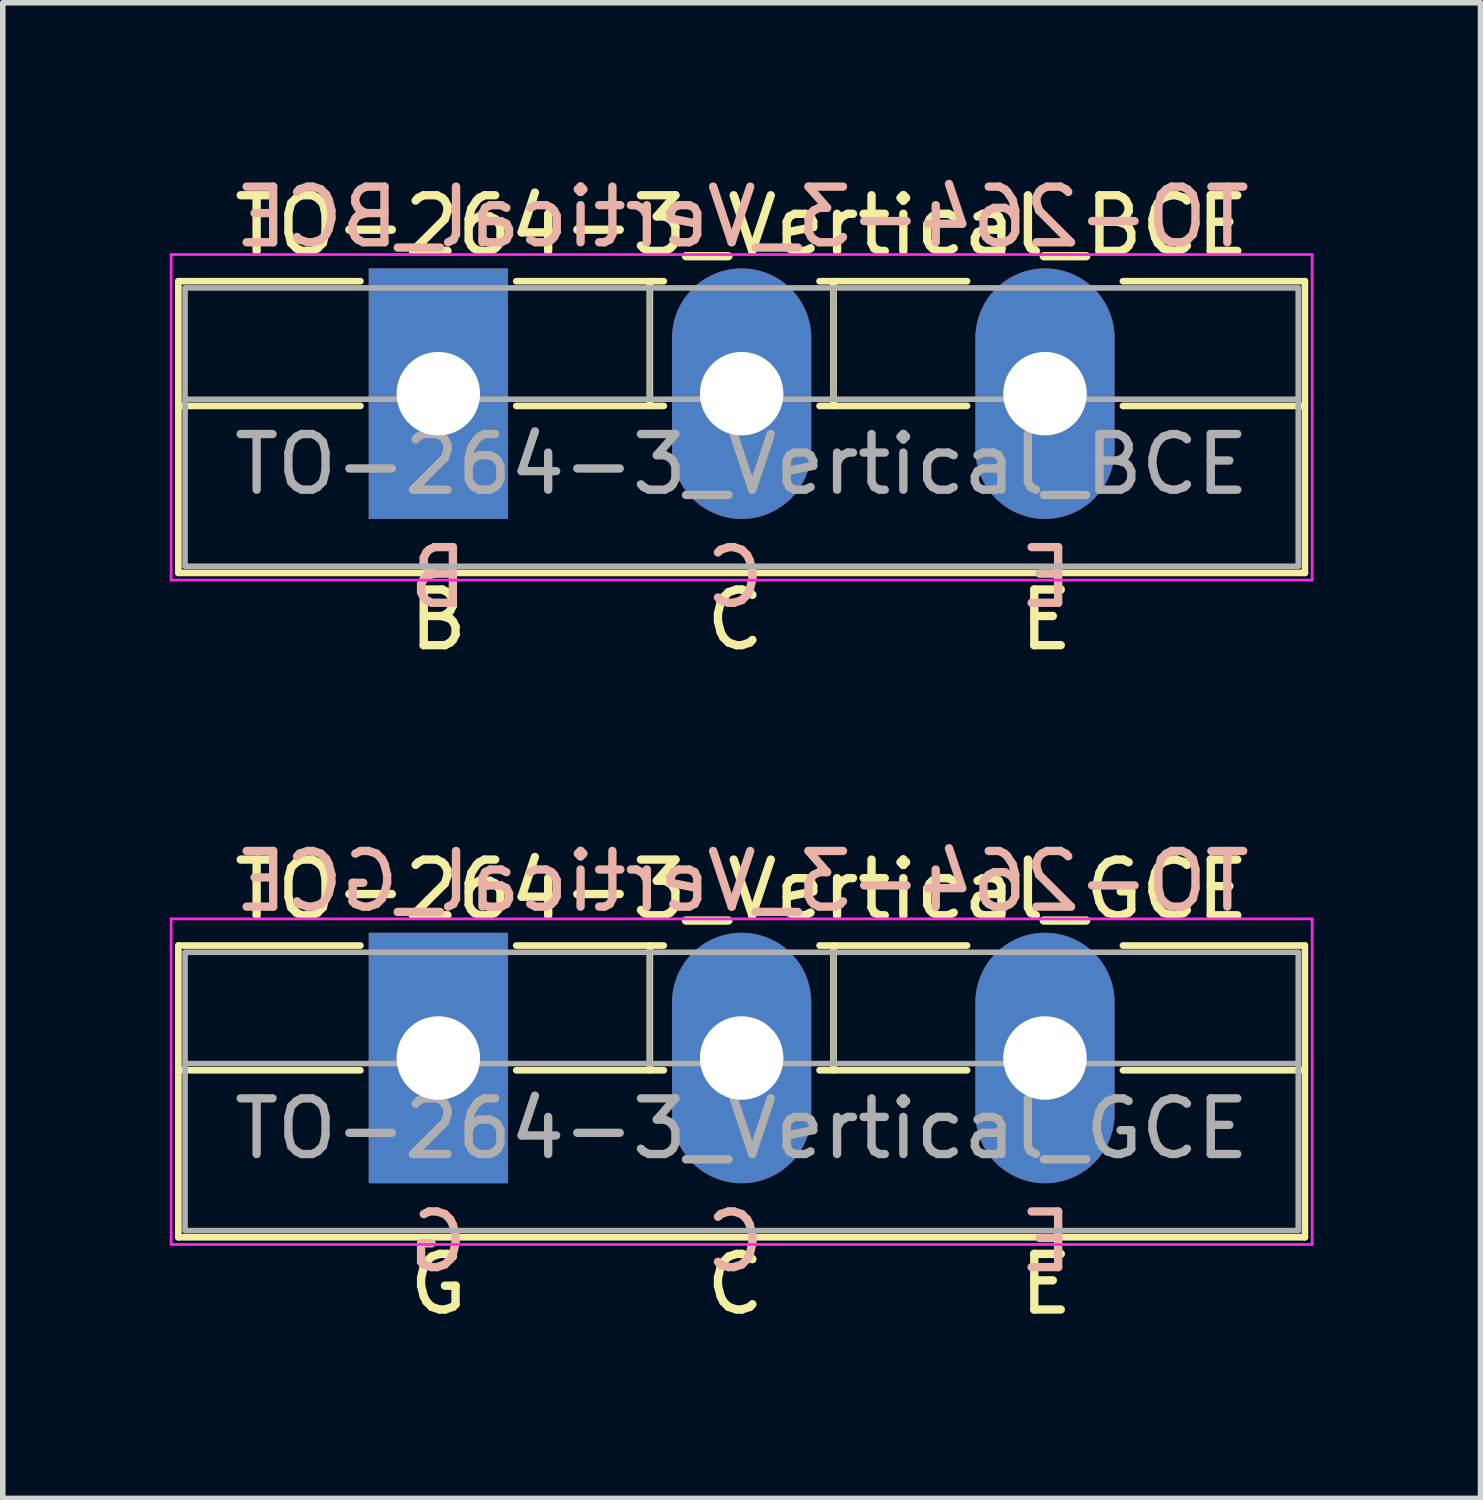
<source format=kicad_pcb>
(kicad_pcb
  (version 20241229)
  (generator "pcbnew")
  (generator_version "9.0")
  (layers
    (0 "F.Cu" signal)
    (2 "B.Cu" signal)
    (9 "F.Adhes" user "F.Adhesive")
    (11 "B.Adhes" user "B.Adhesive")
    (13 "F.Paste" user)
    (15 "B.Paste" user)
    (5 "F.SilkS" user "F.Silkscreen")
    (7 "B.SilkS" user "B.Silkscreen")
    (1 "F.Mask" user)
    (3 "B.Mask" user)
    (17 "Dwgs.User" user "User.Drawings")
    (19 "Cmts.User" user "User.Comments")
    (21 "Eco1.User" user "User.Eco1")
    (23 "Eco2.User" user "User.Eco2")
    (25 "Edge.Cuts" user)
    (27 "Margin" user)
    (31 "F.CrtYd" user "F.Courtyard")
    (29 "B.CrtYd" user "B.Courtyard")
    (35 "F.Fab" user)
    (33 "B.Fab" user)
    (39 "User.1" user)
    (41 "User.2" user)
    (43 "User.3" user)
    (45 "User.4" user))
  (footprint "TO-264-3_Vertical_BCE"
    (layer "F.Cu")
    (at 4.825 4.023)
    (property "Reference" "TO-264-3_Vertical_BCE" (at 5.45 -3.02 0) (layer "F.SilkS") (effects (font (size 1 1) (thickness 0.15))))
    (fp_line (start -4.67 -2.021) (end -4.67 3.22) (stroke (width 0.12) (type solid)) (layer "F.SilkS"))
    (fp_line (start -4.67 -2.021) (end -1.4 -2.021) (stroke (width 0.12) (type solid)) (layer "F.SilkS"))
    (fp_line (start -4.67 0.22) (end -1.4 0.22) (stroke (width 0.12) (type solid)) (layer "F.SilkS"))
    (fp_line (start -4.67 3.22) (end 15.57 3.22) (stroke (width 0.12) (type solid)) (layer "F.SilkS"))
    (fp_line (start 1.4 -2.021) (end 4.051 -2.021) (stroke (width 0.12) (type solid)) (layer "F.SilkS"))
    (fp_line (start 1.4 0.22) (end 4.051 0.22) (stroke (width 0.12) (type solid)) (layer "F.SilkS"))
    (fp_line (start 3.8 -2.021) (end 3.8 0.22) (stroke (width 0.12) (type solid)) (layer "F.SilkS"))
    (fp_line (start 6.85 -2.021) (end 9.5 -2.021) (stroke (width 0.12) (type solid)) (layer "F.SilkS"))
    (fp_line (start 6.85 0.22) (end 9.5 0.22) (stroke (width 0.12) (type solid)) (layer "F.SilkS"))
    (fp_line (start 7.1 -2.021) (end 7.1 0.22) (stroke (width 0.12) (type solid)) (layer "F.SilkS"))
    (fp_line (start 12.3 -2.021) (end 15.57 -2.021) (stroke (width 0.12) (type solid)) (layer "F.SilkS"))
    (fp_line (start 12.3 0.22) (end 15.57 0.22) (stroke (width 0.12) (type solid)) (layer "F.SilkS"))
    (fp_line (start 15.57 -2.021) (end 15.57 3.22) (stroke (width 0.12) (type solid)) (layer "F.SilkS"))
    (fp_line (start -4.8 -2.5) (end -4.8 3.35) (stroke (width 0.05) (type solid)) (layer "F.CrtYd"))
    (fp_line (start -4.8 3.35) (end 15.7 3.35) (stroke (width 0.05) (type solid)) (layer "F.CrtYd"))
    (fp_line (start 15.7 -2.5) (end -4.8 -2.5) (stroke (width 0.05) (type solid)) (layer "F.CrtYd"))
    (fp_line (start 15.7 3.35) (end 15.7 -2.5) (stroke (width 0.05) (type solid)) (layer "F.CrtYd"))
    (fp_line (start -4.55 -1.9) (end -4.55 3.1) (stroke (width 0.1) (type solid)) (layer "F.Fab"))
    (fp_line (start -4.55 0.1) (end 15.45 0.1) (stroke (width 0.1) (type solid)) (layer "F.Fab"))
    (fp_line (start -4.55 3.1) (end 15.45 3.1) (stroke (width 0.1) (type solid)) (layer "F.Fab"))
    (fp_line (start 3.8 -1.9) (end 3.8 0.1) (stroke (width 0.1) (type solid)) (layer "F.Fab"))
    (fp_line (start 7.1 -1.9) (end 7.1 0.1) (stroke (width 0.1) (type solid)) (layer "F.Fab"))
    (fp_line (start 15.45 -1.9) (end -4.55 -1.9) (stroke (width 0.1) (type solid)) (layer "F.Fab"))
    (fp_line (start 15.45 3.1) (end 15.45 -1.9) (stroke (width 0.1) (type solid)) (layer "F.Fab"))
    (fp_text user "B" (at 0 4.064 0) (unlocked yes) (layer "F.SilkS") (effects (font (size 1 1) (thickness 0.15))))
    (fp_text user "E" (at 10.922 4.064 0) (unlocked yes) (layer "F.SilkS") (effects (font (size 1 1) (thickness 0.15))))
    (fp_text user "C" (at 5.334 4.064 0) (unlocked yes) (layer "F.SilkS") (effects (font (size 1 1) (thickness 0.15))))
    (fp_text user "B" (at 0 3.302 0) (unlocked yes) (layer "B.SilkS") (effects (font (size 1 1) (thickness 0.15)) (justify mirror)))
    (fp_text user "C" (at 5.334 3.302 0) (unlocked yes) (layer "B.SilkS") (effects (font (size 1 1) (thickness 0.15)) (justify mirror)))
    (fp_text user "${REFERENCE}" (at 5.461 -3.175 0) (layer "B.SilkS") (effects (font (size 1 1) (thickness 0.15)) (justify mirror)))
    (fp_text user "E" (at 10.922 3.302 0) (unlocked yes) (layer "B.SilkS") (effects (font (size 1 1) (thickness 0.15)) (justify mirror)))
    (fp_text user "${REFERENCE}" (at 5.45 1.27 0) (layer "F.Fab") (effects (font (size 1 1) (thickness 0.15))))
    (pad "1" thru_hole rect (at 0 0) (size 2.5 4.5) (drill 1.5) (layers "*.Cu" "*.Mask"))
    (pad "2" thru_hole oval (at 5.45 0) (size 2.5 4.5) (drill 1.5) (layers "*.Cu" "*.Mask"))
    (pad "3" thru_hole oval (at 10.9 0) (size 2.5 4.5) (drill 1.5) (layers "*.Cu" "*.Mask")))
  (footprint "TO-264-3_Vertical_GCE"
    (layer "F.Cu")
    (at 4.825 15.959)
    (property "Reference" "TO-264-3_Vertical_GCE" (at 5.45 -3.02 0) (layer "F.SilkS") (effects (font (size 1 1) (thickness 0.15))))
    (fp_line (start -4.67 -2.021) (end -4.67 3.22) (stroke (width 0.12) (type solid)) (layer "F.SilkS"))
    (fp_line (start -4.67 -2.021) (end -1.4 -2.021) (stroke (width 0.12) (type solid)) (layer "F.SilkS"))
    (fp_line (start -4.67 0.22) (end -1.4 0.22) (stroke (width 0.12) (type solid)) (layer "F.SilkS"))
    (fp_line (start -4.67 3.22) (end 15.57 3.22) (stroke (width 0.12) (type solid)) (layer "F.SilkS"))
    (fp_line (start 1.4 -2.021) (end 4.051 -2.021) (stroke (width 0.12) (type solid)) (layer "F.SilkS"))
    (fp_line (start 1.4 0.22) (end 4.051 0.22) (stroke (width 0.12) (type solid)) (layer "F.SilkS"))
    (fp_line (start 3.8 -2.021) (end 3.8 0.22) (stroke (width 0.12) (type solid)) (layer "F.SilkS"))
    (fp_line (start 6.85 -2.021) (end 9.5 -2.021) (stroke (width 0.12) (type solid)) (layer "F.SilkS"))
    (fp_line (start 6.85 0.22) (end 9.5 0.22) (stroke (width 0.12) (type solid)) (layer "F.SilkS"))
    (fp_line (start 7.1 -2.021) (end 7.1 0.22) (stroke (width 0.12) (type solid)) (layer "F.SilkS"))
    (fp_line (start 12.3 -2.021) (end 15.57 -2.021) (stroke (width 0.12) (type solid)) (layer "F.SilkS"))
    (fp_line (start 12.3 0.22) (end 15.57 0.22) (stroke (width 0.12) (type solid)) (layer "F.SilkS"))
    (fp_line (start 15.57 -2.021) (end 15.57 3.22) (stroke (width 0.12) (type solid)) (layer "F.SilkS"))
    (fp_line (start -4.8 -2.5) (end -4.8 3.35) (stroke (width 0.05) (type solid)) (layer "F.CrtYd"))
    (fp_line (start -4.8 3.35) (end 15.7 3.35) (stroke (width 0.05) (type solid)) (layer "F.CrtYd"))
    (fp_line (start 15.7 -2.5) (end -4.8 -2.5) (stroke (width 0.05) (type solid)) (layer "F.CrtYd"))
    (fp_line (start 15.7 3.35) (end 15.7 -2.5) (stroke (width 0.05) (type solid)) (layer "F.CrtYd"))
    (fp_line (start -4.55 -1.9) (end -4.55 3.1) (stroke (width 0.1) (type solid)) (layer "F.Fab"))
    (fp_line (start -4.55 0.1) (end 15.45 0.1) (stroke (width 0.1) (type solid)) (layer "F.Fab"))
    (fp_line (start -4.55 3.1) (end 15.45 3.1) (stroke (width 0.1) (type solid)) (layer "F.Fab"))
    (fp_line (start 3.8 -1.9) (end 3.8 0.1) (stroke (width 0.1) (type solid)) (layer "F.Fab"))
    (fp_line (start 7.1 -1.9) (end 7.1 0.1) (stroke (width 0.1) (type solid)) (layer "F.Fab"))
    (fp_line (start 15.45 -1.9) (end -4.55 -1.9) (stroke (width 0.1) (type solid)) (layer "F.Fab"))
    (fp_line (start 15.45 3.1) (end 15.45 -1.9) (stroke (width 0.1) (type solid)) (layer "F.Fab"))
    (fp_text user "E" (at 10.922 4.064 0) (unlocked yes) (layer "F.SilkS") (effects (font (size 1 1) (thickness 0.15))))
    (fp_text user "G" (at 0 4.064 0) (unlocked yes) (layer "F.SilkS") (effects (font (size 1 1) (thickness 0.15))))
    (fp_text user "C" (at 5.334 4.064 0) (unlocked yes) (layer "F.SilkS") (effects (font (size 1 1) (thickness 0.15))))
    (fp_text user "E" (at 10.922 3.302 0) (unlocked yes) (layer "B.SilkS") (effects (font (size 1 1) (thickness 0.15)) (justify mirror)))
    (fp_text user "G" (at 0 3.302 0) (unlocked yes) (layer "B.SilkS") (effects (font (size 1 1) (thickness 0.15)) (justify mirror)))
    (fp_text user "C" (at 5.334 3.302 0) (unlocked yes) (layer "B.SilkS") (effects (font (size 1 1) (thickness 0.15)) (justify mirror)))
    (fp_text user "${REFERENCE}" (at 5.461 -3.175 0) (layer "B.SilkS") (effects (font (size 1 1) (thickness 0.15)) (justify mirror)))
    (fp_text user "${REFERENCE}" (at 5.45 1.27 0) (layer "F.Fab") (effects (font (size 1 1) (thickness 0.15))))
    (pad "1" thru_hole rect (at 0 0) (size 2.5 4.5) (drill 1.5) (layers "*.Cu" "*.Mask"))
    (pad "2" thru_hole oval (at 5.45 0) (size 2.5 4.5) (drill 1.5) (layers "*.Cu" "*.Mask"))
    (pad "3" thru_hole oval (at 10.9 0) (size 2.5 4.5) (drill 1.5) (layers "*.Cu" "*.Mask")))
  (gr_rect
    (start -3 -3)
    (end 23.55 23.871)
    (stroke (width 0.1) (type default))
    (fill no)
    (layer "Edge.Cuts")))
</source>
